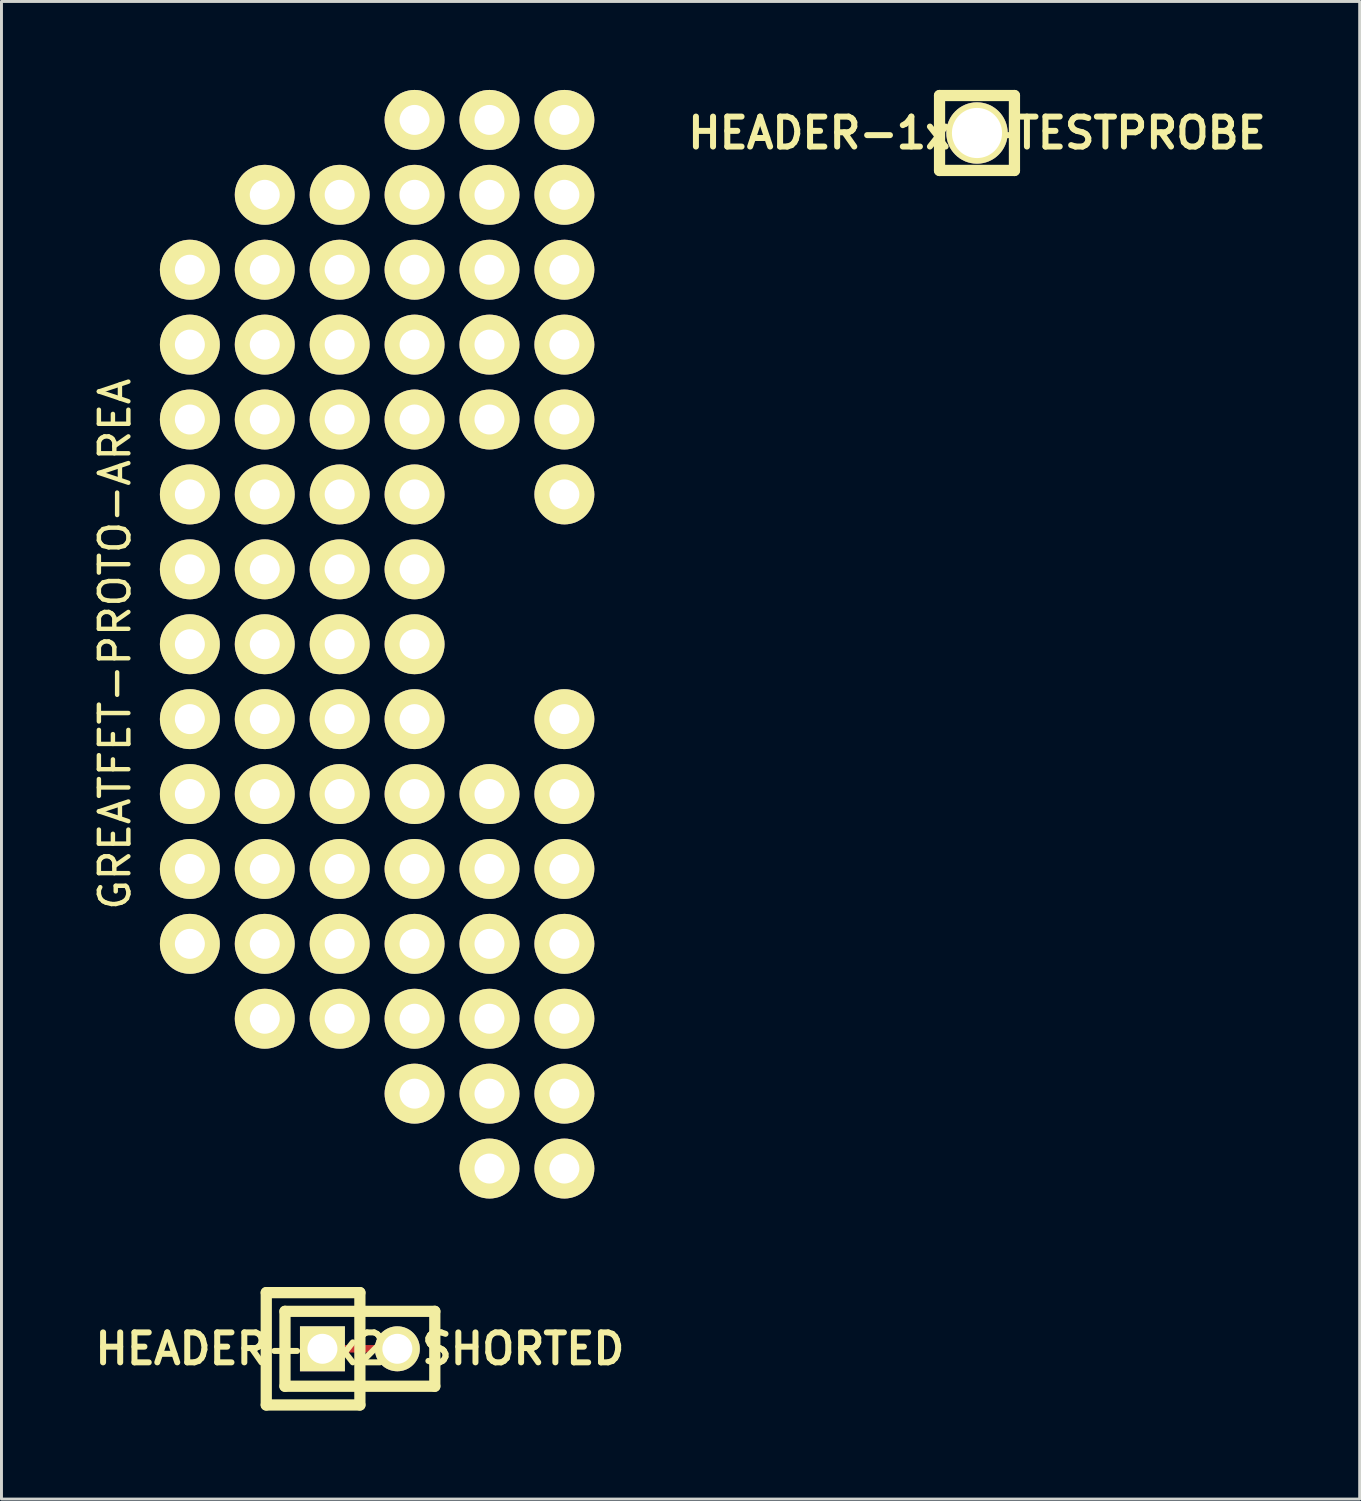
<source format=kicad_pcb>
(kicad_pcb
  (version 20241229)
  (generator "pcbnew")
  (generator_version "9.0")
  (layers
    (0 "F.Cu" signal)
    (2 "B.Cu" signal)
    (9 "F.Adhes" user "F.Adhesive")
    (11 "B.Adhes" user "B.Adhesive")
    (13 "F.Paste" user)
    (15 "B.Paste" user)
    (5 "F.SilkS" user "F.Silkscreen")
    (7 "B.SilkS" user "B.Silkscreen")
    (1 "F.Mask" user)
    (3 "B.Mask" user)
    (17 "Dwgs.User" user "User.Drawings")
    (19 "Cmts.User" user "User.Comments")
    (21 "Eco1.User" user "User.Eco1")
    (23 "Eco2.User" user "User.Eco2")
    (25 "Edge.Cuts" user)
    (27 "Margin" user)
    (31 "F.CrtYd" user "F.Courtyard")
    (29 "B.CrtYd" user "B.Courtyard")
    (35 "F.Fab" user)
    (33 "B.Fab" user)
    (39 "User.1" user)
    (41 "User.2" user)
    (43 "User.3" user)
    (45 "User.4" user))
  (footprint "HEADER-1x1-TESTPROBE"
    (layer "F.Cu")
    (at 30.08 1.46)
    (property "Reference" "HEADER-1x1-TESTPROBE" (at 0 0 0) (layer "F.SilkS") (effects (font (size 1.016 1.016) (thickness 0.203))))
    (attr through_hole)
    (fp_line (start -1.27 -1.27) (end -1.27 1.27) (stroke (width 0.381) (type solid)) (layer "F.SilkS"))
    (fp_line (start -1.27 -1.27) (end 1.27 -1.27) (stroke (width 0.381) (type solid)) (layer "F.SilkS"))
    (fp_line (start 1.27 -1.27) (end 1.27 1.27) (stroke (width 0.381) (type solid)) (layer "F.SilkS"))
    (fp_line (start 1.27 1.27) (end -1.27 1.27) (stroke (width 0.381) (type solid)) (layer "F.SilkS"))
    (pad "1" thru_hole circle (at 0 0) (size 2.08 2.08) (drill 1.7) (layers "*.Cu" "*.Mask" "F.SilkS")))
  (footprint "GREATFET-PROTO-AREA"
    (layer "F.Cu")
    (at 16.088 18.796)
    (property "Reference" "GREATFET-PROTO-AREA" (at -15.24 0 270) (layer "F.SilkS") (effects (font (size 1 1) (thickness 0.15))))
    (attr exclude_from_pos_files exclude_from_bom)
    (pad "1" thru_hole circle (at 0 -17.78) (size 2.032 2.032) (drill 1.016) (layers "*.Cu" "*.Mask" "F.SilkS"))
    (pad "2" thru_hole circle (at 0 -15.24) (size 2.032 2.032) (drill 1.016) (layers "*.Cu" "*.Mask" "F.SilkS"))
    (pad "3" thru_hole circle (at 0 -12.7) (size 2.032 2.032) (drill 1.016) (layers "*.Cu" "*.Mask" "F.SilkS"))
    (pad "4" thru_hole circle (at 0 -10.16) (size 2.032 2.032) (drill 1.016) (layers "*.Cu" "*.Mask" "F.SilkS"))
    (pad "5" thru_hole circle (at 0 -7.62) (size 2.032 2.032) (drill 1.016) (layers "*.Cu" "*.Mask" "F.SilkS"))
    (pad "6" thru_hole circle (at 0 -5.08) (size 2.032 2.032) (drill 1.016) (layers "*.Cu" "*.Mask" "F.SilkS"))
    (pad "7" thru_hole circle (at 0 2.54) (size 2.032 2.032) (drill 1.016) (layers "*.Cu" "*.Mask" "F.SilkS"))
    (pad "8" thru_hole circle (at 0 5.08) (size 2.032 2.032) (drill 1.016) (layers "*.Cu" "*.Mask" "F.SilkS"))
    (pad "9" thru_hole circle (at 0 7.62) (size 2.032 2.032) (drill 1.016) (layers "*.Cu" "*.Mask" "F.SilkS"))
    (pad "10" thru_hole circle (at 0 10.16) (size 2.032 2.032) (drill 1.016) (layers "*.Cu" "*.Mask" "F.SilkS"))
    (pad "11" thru_hole circle (at 0 12.7) (size 2.032 2.032) (drill 1.016) (layers "*.Cu" "*.Mask" "F.SilkS"))
    (pad "12" thru_hole circle (at 0 15.24) (size 2.032 2.032) (drill 1.016) (layers "*.Cu" "*.Mask" "F.SilkS"))
    (pad "13" thru_hole circle (at 0 17.78) (size 2.032 2.032) (drill 1.016) (layers "*.Cu" "*.Mask" "F.SilkS"))
    (pad "14" thru_hole circle (at -2.54 -17.78) (size 2.032 2.032) (drill 1.016) (layers "*.Cu" "*.Mask" "F.SilkS"))
    (pad "15" thru_hole circle (at -2.54 -15.24) (size 2.032 2.032) (drill 1.016) (layers "*.Cu" "*.Mask" "F.SilkS"))
    (pad "16" thru_hole circle (at -2.54 -12.7) (size 2.032 2.032) (drill 1.016) (layers "*.Cu" "*.Mask" "F.SilkS"))
    (pad "17" thru_hole circle (at -2.54 -10.16) (size 2.032 2.032) (drill 1.016) (layers "*.Cu" "*.Mask" "F.SilkS"))
    (pad "18" thru_hole circle (at -2.54 -7.62) (size 2.032 2.032) (drill 1.016) (layers "*.Cu" "*.Mask" "F.SilkS"))
    (pad "19" thru_hole circle (at -2.54 5.08) (size 2.032 2.032) (drill 1.016) (layers "*.Cu" "*.Mask" "F.SilkS"))
    (pad "20" thru_hole circle (at -2.54 7.62) (size 2.032 2.032) (drill 1.016) (layers "*.Cu" "*.Mask" "F.SilkS"))
    (pad "21" thru_hole circle (at -2.54 10.16) (size 2.032 2.032) (drill 1.016) (layers "*.Cu" "*.Mask" "F.SilkS"))
    (pad "22" thru_hole circle (at -2.54 12.7) (size 2.032 2.032) (drill 1.016) (layers "*.Cu" "*.Mask" "F.SilkS"))
    (pad "23" thru_hole circle (at -2.54 15.24) (size 2.032 2.032) (drill 1.016) (layers "*.Cu" "*.Mask" "F.SilkS"))
    (pad "24" thru_hole circle (at -2.54 17.78) (size 2.032 2.032) (drill 1.016) (layers "*.Cu" "*.Mask" "F.SilkS"))
    (pad "25" thru_hole circle (at -5.08 -17.78) (size 2.032 2.032) (drill 1.016) (layers "*.Cu" "*.Mask" "F.SilkS"))
    (pad "26" thru_hole circle (at -5.08 -15.24) (size 2.032 2.032) (drill 1.016) (layers "*.Cu" "*.Mask" "F.SilkS"))
    (pad "27" thru_hole circle (at -5.08 -12.7) (size 2.032 2.032) (drill 1.016) (layers "*.Cu" "*.Mask" "F.SilkS"))
    (pad "28" thru_hole circle (at -5.08 -10.16) (size 2.032 2.032) (drill 1.016) (layers "*.Cu" "*.Mask" "F.SilkS"))
    (pad "29" thru_hole circle (at -5.08 -7.62) (size 2.032 2.032) (drill 1.016) (layers "*.Cu" "*.Mask" "F.SilkS"))
    (pad "30" thru_hole circle (at -5.08 -5.08) (size 2.032 2.032) (drill 1.016) (layers "*.Cu" "*.Mask" "F.SilkS"))
    (pad "31" thru_hole circle (at -5.08 -2.54) (size 2.032 2.032) (drill 1.016) (layers "*.Cu" "*.Mask" "F.SilkS"))
    (pad "32" thru_hole circle (at -5.08 0) (size 2.032 2.032) (drill 1.016) (layers "*.Cu" "*.Mask" "F.SilkS"))
    (pad "33" thru_hole circle (at -5.08 2.54) (size 2.032 2.032) (drill 1.016) (layers "*.Cu" "*.Mask" "F.SilkS"))
    (pad "34" thru_hole circle (at -5.08 5.08) (size 2.032 2.032) (drill 1.016) (layers "*.Cu" "*.Mask" "F.SilkS"))
    (pad "35" thru_hole circle (at -5.08 7.62) (size 2.032 2.032) (drill 1.016) (layers "*.Cu" "*.Mask" "F.SilkS"))
    (pad "36" thru_hole circle (at -5.08 10.16) (size 2.032 2.032) (drill 1.016) (layers "*.Cu" "*.Mask" "F.SilkS"))
    (pad "37" thru_hole circle (at -5.08 12.7) (size 2.032 2.032) (drill 1.016) (layers "*.Cu" "*.Mask" "F.SilkS"))
    (pad "38" thru_hole circle (at -5.08 15.24) (size 2.032 2.032) (drill 1.016) (layers "*.Cu" "*.Mask" "F.SilkS"))
    (pad "39" thru_hole circle (at -7.62 -15.24) (size 2.032 2.032) (drill 1.016) (layers "*.Cu" "*.Mask" "F.SilkS"))
    (pad "40" thru_hole circle (at -7.62 -12.7) (size 2.032 2.032) (drill 1.016) (layers "*.Cu" "*.Mask" "F.SilkS"))
    (pad "41" thru_hole circle (at -7.62 -10.16) (size 2.032 2.032) (drill 1.016) (layers "*.Cu" "*.Mask" "F.SilkS"))
    (pad "42" thru_hole circle (at -7.62 -7.62) (size 2.032 2.032) (drill 1.016) (layers "*.Cu" "*.Mask" "F.SilkS"))
    (pad "43" thru_hole circle (at -7.62 -5.08) (size 2.032 2.032) (drill 1.016) (layers "*.Cu" "*.Mask" "F.SilkS"))
    (pad "44" thru_hole circle (at -7.62 -2.54) (size 2.032 2.032) (drill 1.016) (layers "*.Cu" "*.Mask" "F.SilkS"))
    (pad "45" thru_hole circle (at -7.62 0) (size 2.032 2.032) (drill 1.016) (layers "*.Cu" "*.Mask" "F.SilkS"))
    (pad "46" thru_hole circle (at -7.62 2.54) (size 2.032 2.032) (drill 1.016) (layers "*.Cu" "*.Mask" "F.SilkS"))
    (pad "47" thru_hole circle (at -7.62 5.08) (size 2.032 2.032) (drill 1.016) (layers "*.Cu" "*.Mask" "F.SilkS"))
    (pad "48" thru_hole circle (at -7.62 7.62) (size 2.032 2.032) (drill 1.016) (layers "*.Cu" "*.Mask" "F.SilkS"))
    (pad "49" thru_hole circle (at -7.62 10.16) (size 2.032 2.032) (drill 1.016) (layers "*.Cu" "*.Mask" "F.SilkS"))
    (pad "50" thru_hole circle (at -7.62 12.7) (size 2.032 2.032) (drill 1.016) (layers "*.Cu" "*.Mask" "F.SilkS"))
    (pad "51" thru_hole circle (at -10.16 -15.24) (size 2.032 2.032) (drill 1.016) (layers "*.Cu" "*.Mask" "F.SilkS"))
    (pad "52" thru_hole circle (at -10.16 -12.7) (size 2.032 2.032) (drill 1.016) (layers "*.Cu" "*.Mask" "F.SilkS"))
    (pad "53" thru_hole circle (at -10.16 -10.16) (size 2.032 2.032) (drill 1.016) (layers "*.Cu" "*.Mask" "F.SilkS"))
    (pad "54" thru_hole circle (at -10.16 -7.62) (size 2.032 2.032) (drill 1.016) (layers "*.Cu" "*.Mask" "F.SilkS"))
    (pad "55" thru_hole circle (at -10.16 -5.08) (size 2.032 2.032) (drill 1.016) (layers "*.Cu" "*.Mask" "F.SilkS"))
    (pad "56" thru_hole circle (at -10.16 -2.54) (size 2.032 2.032) (drill 1.016) (layers "*.Cu" "*.Mask" "F.SilkS"))
    (pad "57" thru_hole circle (at -10.16 0) (size 2.032 2.032) (drill 1.016) (layers "*.Cu" "*.Mask" "F.SilkS"))
    (pad "58" thru_hole circle (at -10.16 2.54) (size 2.032 2.032) (drill 1.016) (layers "*.Cu" "*.Mask" "F.SilkS"))
    (pad "59" thru_hole circle (at -10.16 5.08) (size 2.032 2.032) (drill 1.016) (layers "*.Cu" "*.Mask" "F.SilkS"))
    (pad "60" thru_hole circle (at -10.16 7.62) (size 2.032 2.032) (drill 1.016) (layers "*.Cu" "*.Mask" "F.SilkS"))
    (pad "61" thru_hole circle (at -10.16 10.16) (size 2.032 2.032) (drill 1.016) (layers "*.Cu" "*.Mask" "F.SilkS"))
    (pad "62" thru_hole circle (at -10.16 12.7) (size 2.032 2.032) (drill 1.016) (layers "*.Cu" "*.Mask" "F.SilkS"))
    (pad "63" thru_hole circle (at -12.7 -12.7) (size 2.032 2.032) (drill 1.016) (layers "*.Cu" "*.Mask" "F.SilkS"))
    (pad "64" thru_hole circle (at -12.7 -10.16) (size 2.032 2.032) (drill 1.016) (layers "*.Cu" "*.Mask" "F.SilkS"))
    (pad "65" thru_hole circle (at -12.7 -7.62) (size 2.032 2.032) (drill 1.016) (layers "*.Cu" "*.Mask" "F.SilkS"))
    (pad "66" thru_hole circle (at -12.7 -5.08) (size 2.032 2.032) (drill 1.016) (layers "*.Cu" "*.Mask" "F.SilkS"))
    (pad "67" thru_hole circle (at -12.7 -2.54) (size 2.032 2.032) (drill 1.016) (layers "*.Cu" "*.Mask" "F.SilkS"))
    (pad "68" thru_hole circle (at -12.7 0) (size 2.032 2.032) (drill 1.016) (layers "*.Cu" "*.Mask" "F.SilkS"))
    (pad "69" thru_hole circle (at -12.7 2.54) (size 2.032 2.032) (drill 1.016) (layers "*.Cu" "*.Mask" "F.SilkS"))
    (pad "70" thru_hole circle (at -12.7 5.08) (size 2.032 2.032) (drill 1.016) (layers "*.Cu" "*.Mask" "F.SilkS"))
    (pad "71" thru_hole circle (at -12.7 7.62) (size 2.032 2.032) (drill 1.016) (layers "*.Cu" "*.Mask" "F.SilkS"))
    (pad "72" thru_hole circle (at -12.7 10.16) (size 2.032 2.032) (drill 1.016) (layers "*.Cu" "*.Mask" "F.SilkS")))
  (footprint "HEADER-1x2-SHORTED"
    (layer "F.Cu")
    (at 9.154 42.688)
    (property "Reference" "HEADER-1x2-SHORTED" (at 0 0 0) (layer "F.SilkS") (effects (font (size 1.016 1.016) (thickness 0.203))))
    (attr through_hole)
    (fp_poly (pts (xy 0.762 0.127) (xy -0.762 0.127) (xy -0.762 -0.127) (xy 0.762 -0.127)) (stroke (width 0) (type solid)) (fill yes) (layer "F.Cu"))
    (fp_line (start -3.175 -1.905) (end -3.175 1.905) (stroke (width 0.381) (type solid)) (layer "F.SilkS"))
    (fp_line (start -3.175 1.905) (end 0 1.905) (stroke (width 0.381) (type solid)) (layer "F.SilkS"))
    (fp_line (start -2.54 -1.27) (end -2.54 1.27) (stroke (width 0.381) (type solid)) (layer "F.SilkS"))
    (fp_line (start -2.54 -1.27) (end 2.54 -1.27) (stroke (width 0.381) (type solid)) (layer "F.SilkS"))
    (fp_line (start 0 -1.905) (end -3.175 -1.905) (stroke (width 0.381) (type solid)) (layer "F.SilkS"))
    (fp_line (start 0 1.905) (end 0 -1.905) (stroke (width 0.381) (type solid)) (layer "F.SilkS"))
    (fp_line (start 2.54 -1.27) (end 2.54 1.27) (stroke (width 0.381) (type solid)) (layer "F.SilkS"))
    (fp_line (start 2.54 1.27) (end -2.54 1.27) (stroke (width 0.381) (type solid)) (layer "F.SilkS"))
    (pad "1" thru_hole rect (at -1.27 0) (size 1.524 1.524) (drill 1.016) (layers "*.Cu" "*.Mask" "F.SilkS"))
    (pad "2" thru_hole circle (at 1.27 0) (size 1.524 1.524) (drill 1.016) (layers "*.Cu" "*.Mask" "F.SilkS")))
  (gr_rect
    (start -3 -3)
    (end 43.057 47.783)
    (stroke (width 0.1) (type default))
    (fill no)
    (layer "Edge.Cuts")))
</source>
